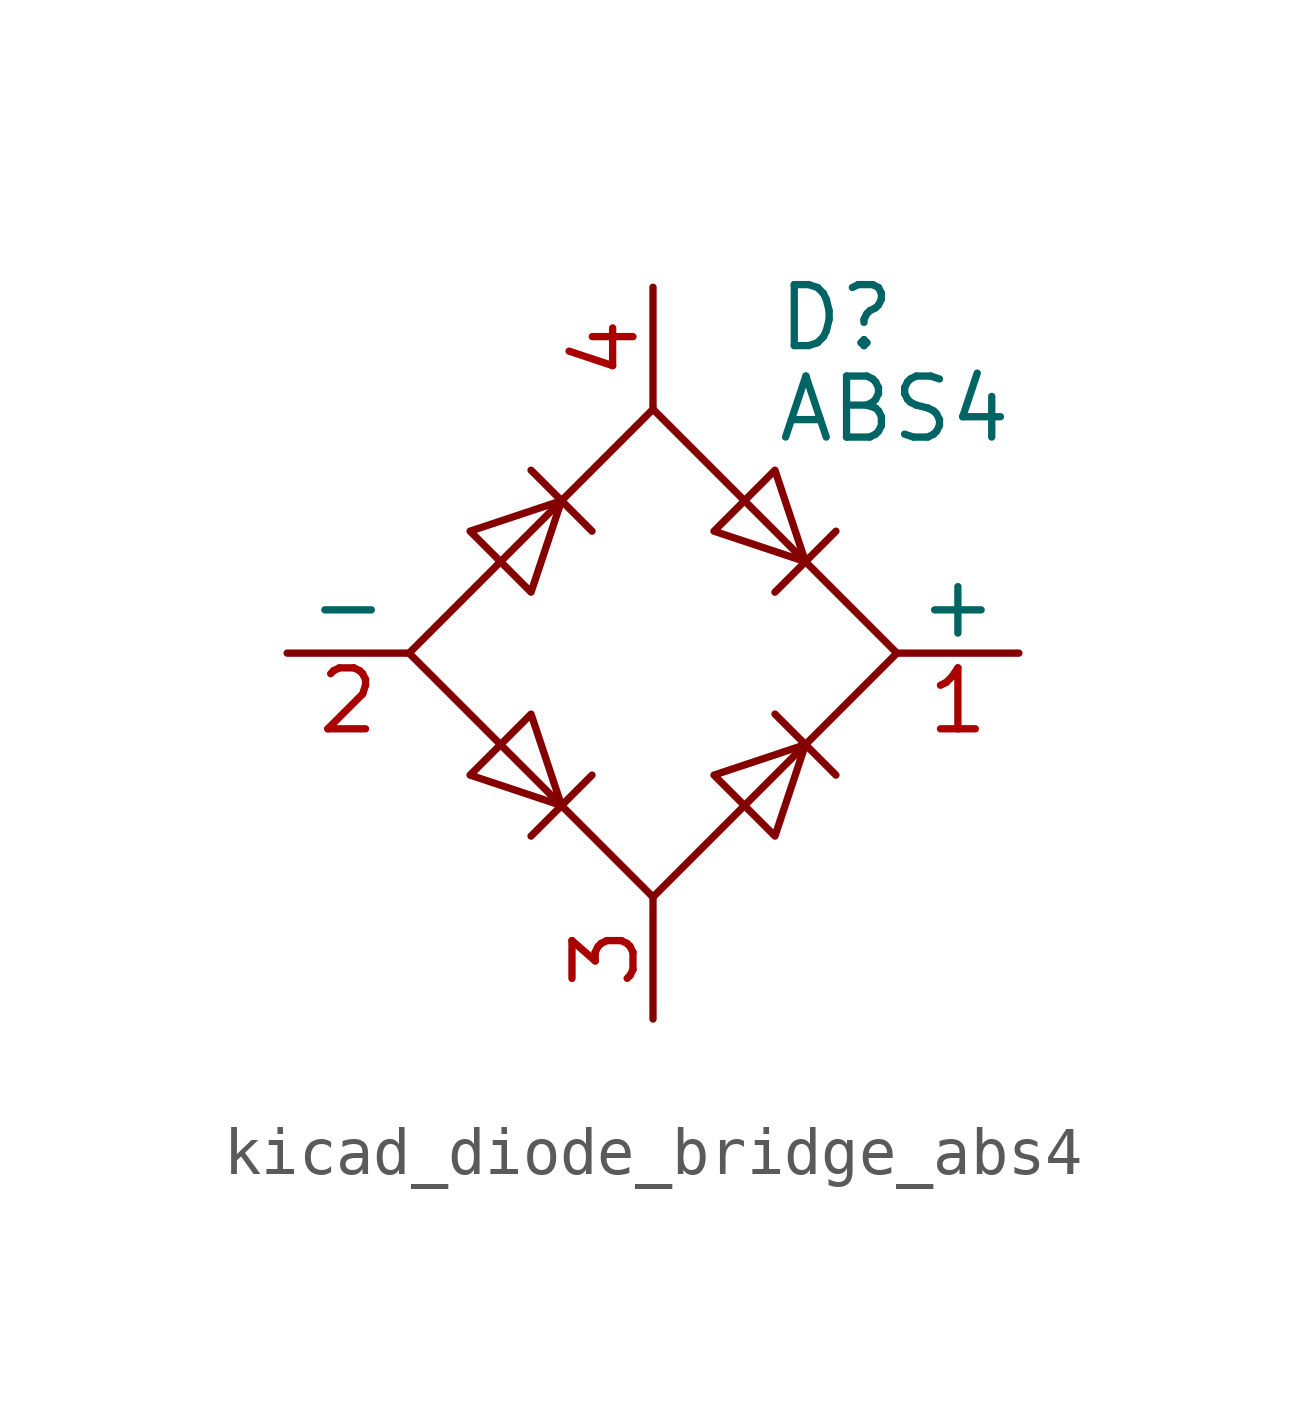
<source format=kicad_sym>
(kicad_symbol_lib
  (version 20220914)
  (generator kicad_symbol_editor)
  (symbol "kicad_diode_bridge_abs4"
    (pin_names
      (offset 0))
    (property "Reference" "D"
      (at 2.54 6.985 0)
      (effects (font (size 1.27 1.27)) (justify left)))
    (property "Value" "ABS4"
      (at 2.54 5.08 0)
      (effects (font (size 1.27 1.27)) (justify left)))
    (symbol "kicad_diode_bridge_abs4_0_1"
      (polyline (pts (xy -2.54 3.81) (xy -1.27 2.54)) (stroke (width 0) (type default)) (fill (type none)))
      (polyline (pts (xy -1.27 -2.54) (xy -2.54 -3.81)) (stroke (width 0) (type default)) (fill (type none)))
      (polyline (pts (xy 2.54 -1.27) (xy 3.81 -2.54)) (stroke (width 0) (type default)) (fill (type none)))
      (polyline (pts (xy 2.54 1.27) (xy 3.81 2.54)) (stroke (width 0) (type default)) (fill (type none)))
      (polyline (pts (xy -3.81 2.54) (xy -2.54 1.27) (xy -1.905 3.175) (xy -3.81 2.54)) (stroke (width 0) (type default)) (fill (type none)))
      (polyline (pts (xy -2.54 -1.27) (xy -3.81 -2.54) (xy -1.905 -3.175) (xy -2.54 -1.27)) (stroke (width 0) (type default)) (fill (type none)))
      (polyline (pts (xy 1.27 2.54) (xy 2.54 3.81) (xy 3.175 1.905) (xy 1.27 2.54)) (stroke (width 0) (type default)) (fill (type none)))
      (polyline (pts (xy 3.175 -1.905) (xy 1.27 -2.54) (xy 2.54 -3.81) (xy 3.175 -1.905)) (stroke (width 0) (type default)) (fill (type none)))
      (polyline (pts (xy -5.08 0) (xy 0 -5.08) (xy 5.08 0) (xy 0 5.08) (xy -5.08 0)) (stroke (width 0) (type default)) (fill (type none))))
    (symbol "kicad_diode_bridge_abs4_1_1"
      (pin passive line (at 7.62 0 180) (length 2.54) (name "+" (effects (font (size 1.27 1.27)))) (number "1" (effects (font (size 1.27 1.27)))))
      (pin passive line (at -7.62 0 0) (length 2.54) (name "-" (effects (font (size 1.27 1.27)))) (number "2" (effects (font (size 1.27 1.27)))))
      (pin passive line (at 0 -7.62 90) (length 2.54) (name "~" (effects (font (size 1.27 1.27)))) (number "3" (effects (font (size 1.27 1.27)))))
      (pin passive line (at 0 7.62 270) (length 2.54) (name "~" (effects (font (size 1.27 1.27)))) (number "4" (effects (font (size 1.27 1.27))))))))
</source>
